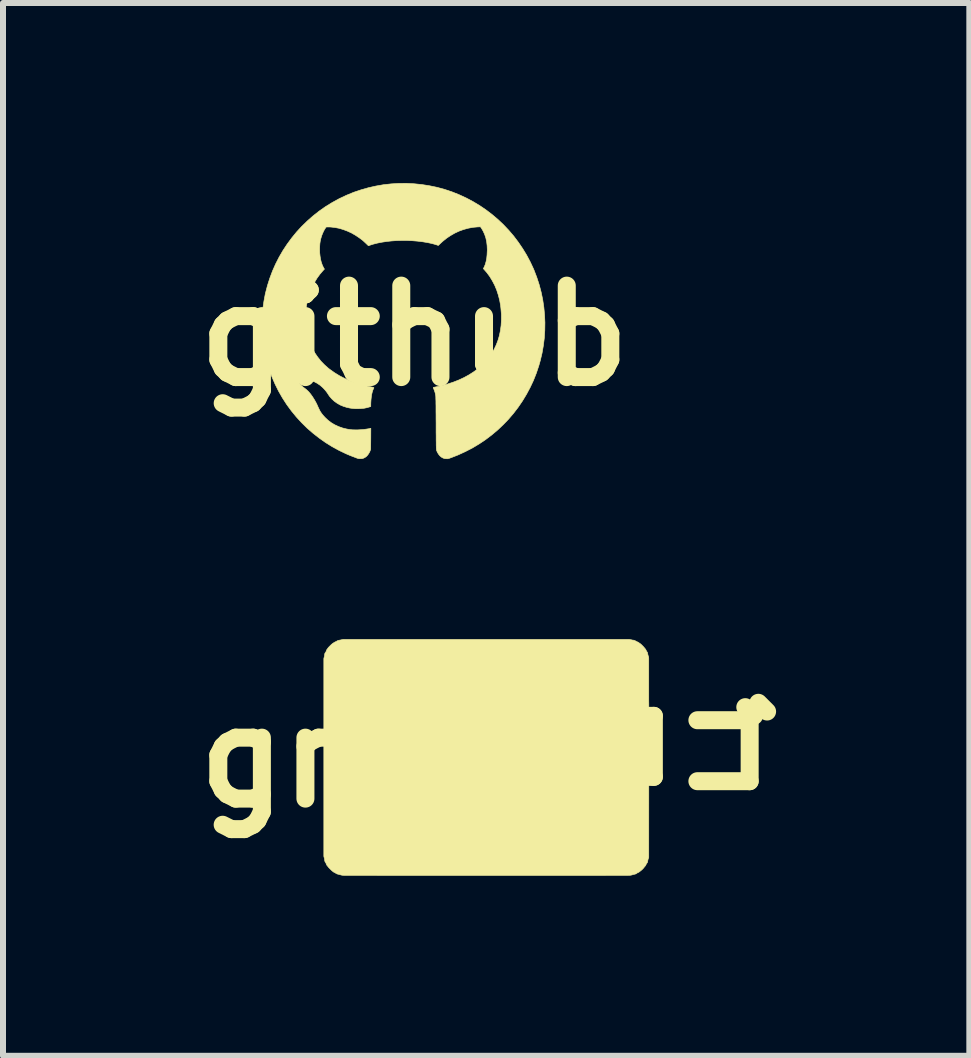
<source format=kicad_pcb>
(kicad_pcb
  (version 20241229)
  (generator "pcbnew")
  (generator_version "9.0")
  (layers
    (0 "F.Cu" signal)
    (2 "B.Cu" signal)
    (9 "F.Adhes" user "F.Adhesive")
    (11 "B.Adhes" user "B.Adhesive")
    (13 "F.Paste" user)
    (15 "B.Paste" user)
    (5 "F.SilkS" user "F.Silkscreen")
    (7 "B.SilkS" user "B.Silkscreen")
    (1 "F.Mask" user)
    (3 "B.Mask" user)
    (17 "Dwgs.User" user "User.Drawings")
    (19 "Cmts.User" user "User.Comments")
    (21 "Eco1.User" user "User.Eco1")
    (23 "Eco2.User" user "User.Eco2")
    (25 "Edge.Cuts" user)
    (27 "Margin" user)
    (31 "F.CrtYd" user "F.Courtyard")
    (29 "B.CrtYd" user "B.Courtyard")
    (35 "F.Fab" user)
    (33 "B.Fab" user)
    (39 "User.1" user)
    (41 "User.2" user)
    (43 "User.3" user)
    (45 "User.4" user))
  (footprint "gmailロゴ"
    (layer "F.Cu")
    (at 5.051 9.568)
    (property "Reference" "gmailロゴ" (at 0 0 0) (layer "F.SilkS") (effects (font (size 1.524 1.524) (thickness 0.3))))
    (attr through_hole)
    (fp_poly (pts (xy 0.002 -1.964) (xy 2.383 -1.964) (xy 2.407 -1.959) (xy 2.419 -1.957) (xy 2.431 -1.954) (xy 2.442 -1.952) (xy 2.448 -1.952) (xy 2.462 -1.949) (xy 2.473 -1.946) (xy 2.483 -1.941) (xy 2.494 -1.935) (xy 2.495 -1.935) (xy 2.504 -1.929) (xy 2.514 -1.924) (xy 2.521 -1.922) (xy 2.531 -1.917) (xy 2.541 -1.911) (xy 2.545 -1.908) (xy 2.552 -1.903) (xy 2.559 -1.898) (xy 2.564 -1.895) (xy 2.568 -1.892) (xy 2.574 -1.887) (xy 2.583 -1.88) (xy 2.592 -1.871) (xy 2.602 -1.861) (xy 2.611 -1.852) (xy 2.62 -1.843) (xy 2.627 -1.834) (xy 2.633 -1.828) (xy 2.634 -1.827) (xy 2.64 -1.819) (xy 2.646 -1.812) (xy 2.65 -1.807) (xy 2.657 -1.799) (xy 2.663 -1.787) (xy 2.664 -1.785) (xy 2.668 -1.776) (xy 2.673 -1.767) (xy 2.677 -1.76) (xy 2.682 -1.754) (xy 2.686 -1.747) (xy 2.689 -1.739) (xy 2.691 -1.729) (xy 2.693 -1.718) (xy 2.695 -1.708) (xy 2.698 -1.697) (xy 2.701 -1.688) (xy 2.701 -1.686) (xy 2.704 -1.678) (xy 2.707 -1.671) (xy 2.708 -1.667) (xy 2.708 -1.664) (xy 2.708 -1.658) (xy 2.709 -1.647) (xy 2.709 -1.633) (xy 2.709 -1.614) (xy 2.709 -1.592) (xy 2.709 -1.567) (xy 2.709 -1.538) (xy 2.709 -1.505) (xy 2.709 -1.469) (xy 2.709 -1.43) (xy 2.709 -1.387) (xy 2.709 -1.342) (xy 2.709 -1.294) (xy 2.709 -1.243) (xy 2.709 -1.189) (xy 2.709 -1.133) (xy 2.709 -1.074) (xy 2.709 -1.013) (xy 2.709 -0.949) (xy 2.71 -0.883) (xy 2.71 -0.816) (xy 2.71 -0.746) (xy 2.71 -0.674) (xy 2.71 -0.6) (xy 2.71 -0.525) (xy 2.71 -0.448) (xy 2.71 -0.37) (xy 2.71 -0.29) (xy 2.71 -0.209) (xy 2.71 -0.127) (xy 2.71 -0.044) (xy 2.71 0.004) (xy 2.709 1.669) (xy 2.702 1.69) (xy 2.698 1.701) (xy 2.695 1.713) (xy 2.693 1.724) (xy 2.692 1.728) (xy 2.691 1.739) (xy 2.689 1.746) (xy 2.687 1.752) (xy 2.683 1.758) (xy 2.678 1.765) (xy 2.677 1.767) (xy 2.671 1.775) (xy 2.666 1.784) (xy 2.663 1.791) (xy 2.659 1.8) (xy 2.653 1.809) (xy 2.648 1.815) (xy 2.641 1.823) (xy 2.634 1.831) (xy 2.63 1.837) (xy 2.625 1.844) (xy 2.617 1.852) (xy 2.608 1.862) (xy 2.598 1.872) (xy 2.588 1.881) (xy 2.579 1.888) (xy 2.573 1.893) (xy 2.567 1.898) (xy 2.559 1.904) (xy 2.554 1.908) (xy 2.543 1.916) (xy 2.53 1.922) (xy 2.522 1.926) (xy 2.514 1.93) (xy 2.509 1.934) (xy 2.503 1.938) (xy 2.498 1.942) (xy 2.493 1.944) (xy 2.485 1.946) (xy 2.476 1.949) (xy 2.469 1.95) (xy 2.457 1.953) (xy 2.444 1.957) (xy 2.432 1.96) (xy 2.428 1.961) (xy 2.422 1.963) (xy 2.416 1.964) (xy 2.41 1.966) (xy 2.403 1.966) (xy 2.394 1.967) (xy 2.383 1.968) (xy 2.368 1.968) (xy 2.359 1.969) (xy 2.355 1.969) (xy 2.346 1.969) (xy 2.334 1.969) (xy 2.317 1.969) (xy 2.297 1.969) (xy 2.273 1.969) (xy 2.246 1.969) (xy 2.215 1.969) (xy 2.181 1.969) (xy 2.143 1.969) (xy 2.102 1.969) (xy 2.058 1.969) (xy 2.012 1.969) (xy 1.962 1.97) (xy 1.91 1.97) (xy 1.855 1.97) (xy 1.797 1.97) (xy 1.737 1.97) (xy 1.675 1.97) (xy 1.61 1.97) (xy 1.544 1.97) (xy 1.475 1.97) (xy 1.404 1.97) (xy 1.332 1.97) (xy 1.258 1.97) (xy 1.182 1.97) (xy 1.105 1.97) (xy 1.026 1.97) (xy 0.947 1.97) (xy 0.866 1.97) (xy 0.783 1.97) (xy 0.7 1.97) (xy 0.616 1.97) (xy 0.532 1.97) (xy 0.446 1.97) (xy 0.36 1.97) (xy 0.274 1.97) (xy 0.187 1.97) (xy 0.101 1.97) (xy 0.013 1.97) (xy -0.074 1.97) (xy -0.161 1.97) (xy -0.247 1.97) (xy -0.334 1.97) (xy -0.42 1.97) (xy -0.506 1.97) (xy -0.591 1.97) (xy -0.675 1.97) (xy -0.759 1.97) (xy -0.841 1.97) (xy -0.923 1.97) (xy -1.003 1.97) (xy -1.082 1.97) (xy -1.16 1.97) (xy -1.237 1.97) (xy -1.312 1.97) (xy -1.385 1.97) (xy -1.456 1.97) (xy -1.526 1.97) (xy -1.594 1.97) (xy -1.659 1.97) (xy -1.723 1.97) (xy -1.784 1.97) (xy -1.842 1.969) (xy -1.899 1.969) (xy -1.952 1.969) (xy -2.003 1.969) (xy -2.052 1.969) (xy -2.097 1.969) (xy -2.139 1.969) (xy -2.178 1.969) (xy -2.214 1.969) (xy -2.247 1.969) (xy -2.276 1.969) (xy -2.302 1.969) (xy -2.323 1.969) (xy -2.342 1.969) (xy -2.356 1.969) (xy -2.367 1.969) (xy -2.373 1.968) (xy -2.375 1.968) (xy -2.389 1.967) (xy -2.4 1.966) (xy -2.41 1.964) (xy -2.422 1.961) (xy -2.429 1.959) (xy -2.441 1.956) (xy -2.453 1.953) (xy -2.464 1.95) (xy -2.471 1.948) (xy -2.483 1.945) (xy -2.492 1.941) (xy -2.501 1.936) (xy -2.51 1.93) (xy -2.519 1.925) (xy -2.526 1.921) (xy -2.533 1.918) (xy -2.542 1.913) (xy -2.551 1.907) (xy -2.553 1.905) (xy -2.561 1.898) (xy -2.571 1.89) (xy -2.582 1.88) (xy -2.593 1.869) (xy -2.604 1.858) (xy -2.614 1.848) (xy -2.623 1.839) (xy -2.629 1.831) (xy -2.632 1.827) (xy -2.638 1.82) (xy -2.645 1.811) (xy -2.649 1.806) (xy -2.655 1.799) (xy -2.66 1.791) (xy -2.663 1.78) (xy -2.664 1.78) (xy -2.668 1.768) (xy -2.674 1.757) (xy -2.677 1.754) (xy -2.682 1.746) (xy -2.686 1.739) (xy -2.688 1.732) (xy -2.69 1.723) (xy -2.692 1.712) (xy -2.692 1.708) (xy -2.693 1.699) (xy -2.694 1.691) (xy -2.695 1.686) (xy -2.696 1.685) (xy -2.696 1.682) (xy -2.698 1.677) (xy -2.7 1.669) (xy -2.701 1.667) (xy -2.705 1.65) (xy -2.705 -1.644) (xy -2.7 -1.665) (xy -2.697 -1.677) (xy -2.694 -1.69) (xy -2.693 -1.702) (xy -2.692 -1.706) (xy -2.691 -1.717) (xy -2.689 -1.726) (xy -2.686 -1.734) (xy -2.681 -1.742) (xy -2.674 -1.751) (xy -2.667 -1.763) (xy -2.663 -1.775) (xy -2.658 -1.788) (xy -2.653 -1.796) (xy -2.648 -1.802) (xy -2.642 -1.811) (xy -2.638 -1.816) (xy -2.634 -1.822) (xy -2.627 -1.83) (xy -2.619 -1.839) (xy -2.609 -1.849) (xy -2.599 -1.859) (xy -2.589 -1.869) (xy -2.58 -1.878) (xy -2.571 -1.885) (xy -2.565 -1.891) (xy -2.56 -1.895) (xy -2.559 -1.895) (xy -2.554 -1.898) (xy -2.547 -1.903) (xy -2.541 -1.907) (xy -2.529 -1.915) (xy -2.517 -1.921) (xy -2.516 -1.922) (xy -2.507 -1.925) (xy -2.497 -1.93) (xy -2.488 -1.936) (xy -2.487 -1.936) (xy -2.477 -1.942) (xy -2.467 -1.946) (xy -2.456 -1.948) (xy -2.454 -1.949) (xy -2.446 -1.95) (xy -2.434 -1.953) (xy -2.421 -1.955) (xy -2.409 -1.958) (xy -2.409 -1.958) (xy -2.38 -1.964) (xy 0.002 -1.964)) (stroke (width 0.01) (type solid)) (fill yes) (layer "F.SilkS")))
  (footprint "github"
    (layer "F.Cu")
    (at 3.854 2.544)
    (property "Reference" "github" (at 0 0 0) (layer "F.SilkS") (effects (font (size 1.524 1.524) (thickness 0.3))))
    (attr through_hole)
    (fp_poly (pts (xy -0.003 -2.532) (xy 0.124 -2.519) (xy 0.251 -2.499) (xy 0.377 -2.473) (xy 0.502 -2.439) (xy 0.625 -2.398) (xy 0.628 -2.397) (xy 0.748 -2.349) (xy 0.865 -2.295) (xy 0.978 -2.235) (xy 1.088 -2.169) (xy 1.194 -2.097) (xy 1.295 -2.02) (xy 1.392 -1.938) (xy 1.485 -1.85) (xy 1.573 -1.757) (xy 1.656 -1.66) (xy 1.733 -1.558) (xy 1.805 -1.452) (xy 1.872 -1.342) (xy 1.932 -1.229) (xy 1.987 -1.111) (xy 1.994 -1.094) (xy 2.04 -0.974) (xy 2.08 -0.852) (xy 2.113 -0.727) (xy 2.139 -0.602) (xy 2.158 -0.475) (xy 2.17 -0.347) (xy 2.176 -0.219) (xy 2.174 -0.091) (xy 2.166 0.037) (xy 2.15 0.165) (xy 2.128 0.291) (xy 2.098 0.417) (xy 2.074 0.501) (xy 2.033 0.624) (xy 1.985 0.745) (xy 1.93 0.862) (xy 1.869 0.976) (xy 1.802 1.087) (xy 1.729 1.194) (xy 1.65 1.297) (xy 1.565 1.396) (xy 1.485 1.479) (xy 1.389 1.57) (xy 1.289 1.654) (xy 1.185 1.733) (xy 1.077 1.805) (xy 0.965 1.872) (xy 0.848 1.932) (xy 0.728 1.987) (xy 0.621 2.029) (xy 0.599 2.037) (xy 0.583 2.043) (xy 0.57 2.046) (xy 0.56 2.049) (xy 0.551 2.05) (xy 0.542 2.05) (xy 0.531 2.049) (xy 0.53 2.049) (xy 0.511 2.048) (xy 0.497 2.045) (xy 0.483 2.04) (xy 0.474 2.036) (xy 0.448 2.021) (xy 0.423 1.999) (xy 0.402 1.972) (xy 0.384 1.942) (xy 0.371 1.912) (xy 0.37 1.909) (xy 0.37 1.905) (xy 0.369 1.9) (xy 0.368 1.894) (xy 0.367 1.885) (xy 0.367 1.875) (xy 0.366 1.862) (xy 0.366 1.846) (xy 0.365 1.827) (xy 0.365 1.803) (xy 0.365 1.776) (xy 0.364 1.744) (xy 0.364 1.707) (xy 0.364 1.664) (xy 0.363 1.616) (xy 0.363 1.561) (xy 0.363 1.5) (xy 0.363 1.459) (xy 0.362 1.387) (xy 0.362 1.323) (xy 0.361 1.265) (xy 0.361 1.213) (xy 0.361 1.168) (xy 0.36 1.129) (xy 0.36 1.095) (xy 0.359 1.067) (xy 0.358 1.044) (xy 0.358 1.026) (xy 0.357 1.012) (xy 0.357 1.003) (xy 0.356 0.998) (xy 0.347 0.953) (xy 0.335 0.914) (xy 0.325 0.89) (xy 0.318 0.875) (xy 0.316 0.866) (xy 0.317 0.862) (xy 0.317 0.862) (xy 0.322 0.86) (xy 0.333 0.858) (xy 0.343 0.856) (xy 0.45 0.834) (xy 0.552 0.806) (xy 0.649 0.774) (xy 0.741 0.738) (xy 0.829 0.697) (xy 0.911 0.652) (xy 0.988 0.603) (xy 1.059 0.55) (xy 1.125 0.492) (xy 1.185 0.431) (xy 1.239 0.366) (xy 1.287 0.298) (xy 1.33 0.226) (xy 1.366 0.15) (xy 1.396 0.071) (xy 1.416 0.002) (xy 1.434 -0.083) (xy 1.446 -0.172) (xy 1.451 -0.263) (xy 1.451 -0.356) (xy 1.443 -0.452) (xy 1.437 -0.506) (xy 1.421 -0.594) (xy 1.399 -0.679) (xy 1.372 -0.762) (xy 1.339 -0.841) (xy 1.3 -0.915) (xy 1.257 -0.986) (xy 1.208 -1.052) (xy 1.174 -1.091) (xy 1.15 -1.118) (xy 1.163 -1.142) (xy 1.181 -1.185) (xy 1.195 -1.234) (xy 1.206 -1.288) (xy 1.212 -1.347) (xy 1.215 -1.41) (xy 1.216 -1.428) (xy 1.213 -1.5) (xy 1.205 -1.568) (xy 1.191 -1.631) (xy 1.171 -1.69) (xy 1.146 -1.744) (xy 1.121 -1.787) (xy 1.102 -1.815) (xy 1.054 -1.813) (xy 0.976 -1.806) (xy 0.898 -1.791) (xy 0.821 -1.77) (xy 0.746 -1.743) (xy 0.673 -1.709) (xy 0.602 -1.668) (xy 0.535 -1.623) (xy 0.471 -1.571) (xy 0.433 -1.536) (xy 0.4 -1.504) (xy 0.37 -1.514) (xy 0.354 -1.519) (xy 0.334 -1.525) (xy 0.312 -1.531) (xy 0.291 -1.536) (xy 0.29 -1.537) (xy 0.214 -1.553) (xy 0.134 -1.566) (xy 0.051 -1.576) (xy -0.035 -1.583) (xy -0.121 -1.587) (xy -0.209 -1.587) (xy -0.295 -1.585) (xy -0.38 -1.579) (xy -0.463 -1.57) (xy -0.542 -1.558) (xy -0.617 -1.543) (xy -0.687 -1.525) (xy -0.728 -1.512) (xy -0.765 -1.499) (xy -0.801 -1.534) (xy -0.857 -1.586) (xy -0.918 -1.632) (xy -0.981 -1.674) (xy -1.047 -1.712) (xy -1.115 -1.743) (xy -1.184 -1.769) (xy -1.254 -1.79) (xy -1.323 -1.803) (xy -1.391 -1.811) (xy -1.422 -1.812) (xy -1.467 -1.812) (xy -1.483 -1.791) (xy -1.498 -1.767) (xy -1.513 -1.739) (xy -1.527 -1.708) (xy -1.54 -1.676) (xy -1.547 -1.656) (xy -1.559 -1.615) (xy -1.568 -1.574) (xy -1.574 -1.534) (xy -1.577 -1.49) (xy -1.578 -1.441) (xy -1.578 -1.438) (xy -1.577 -1.382) (xy -1.571 -1.328) (xy -1.563 -1.276) (xy -1.551 -1.228) (xy -1.536 -1.184) (xy -1.519 -1.146) (xy -1.511 -1.131) (xy -1.498 -1.11) (xy -1.521 -1.086) (xy -1.573 -1.025) (xy -1.621 -0.959) (xy -1.664 -0.888) (xy -1.703 -0.814) (xy -1.736 -0.737) (xy -1.763 -0.659) (xy -1.763 -0.658) (xy -1.784 -0.578) (xy -1.799 -0.494) (xy -1.809 -0.409) (xy -1.814 -0.322) (xy -1.813 -0.236) (xy -1.807 -0.152) (xy -1.796 -0.07) (xy -1.787 -0.027) (xy -1.765 0.056) (xy -1.736 0.135) (xy -1.701 0.212) (xy -1.659 0.285) (xy -1.611 0.355) (xy -1.558 0.422) (xy -1.498 0.484) (xy -1.433 0.542) (xy -1.404 0.564) (xy -1.328 0.618) (xy -1.246 0.668) (xy -1.159 0.713) (xy -1.067 0.753) (xy -0.971 0.788) (xy -0.87 0.819) (xy -0.765 0.844) (xy -0.74 0.849) (xy -0.716 0.854) (xy -0.698 0.857) (xy -0.686 0.86) (xy -0.678 0.863) (xy -0.675 0.865) (xy -0.674 0.868) (xy -0.675 0.873) (xy -0.678 0.878) (xy -0.68 0.881) (xy -0.692 0.909) (xy -0.702 0.942) (xy -0.711 0.98) (xy -0.717 1.022) (xy -0.722 1.067) (xy -0.725 1.112) (xy -0.726 1.142) (xy -0.726 1.179) (xy -0.745 1.186) (xy -0.789 1.199) (xy -0.838 1.209) (xy -0.892 1.214) (xy -0.947 1.216) (xy -0.994 1.215) (xy -1.036 1.211) (xy -1.077 1.205) (xy -1.118 1.196) (xy -1.123 1.195) (xy -1.181 1.177) (xy -1.236 1.154) (xy -1.288 1.124) (xy -1.335 1.09) (xy -1.377 1.051) (xy -1.414 1.008) (xy -1.432 0.981) (xy -1.456 0.945) (xy -1.479 0.915) (xy -1.503 0.888) (xy -1.527 0.863) (xy -1.571 0.825) (xy -1.618 0.793) (xy -1.668 0.767) (xy -1.718 0.748) (xy -1.73 0.745) (xy -1.746 0.741) (xy -1.76 0.738) (xy -1.775 0.736) (xy -1.792 0.735) (xy -1.814 0.735) (xy -1.816 0.735) (xy -1.843 0.736) (xy -1.864 0.737) (xy -1.881 0.741) (xy -1.894 0.746) (xy -1.904 0.753) (xy -1.908 0.755) (xy -1.914 0.766) (xy -1.916 0.78) (xy -1.912 0.795) (xy -1.911 0.798) (xy -1.905 0.806) (xy -1.894 0.818) (xy -1.88 0.832) (xy -1.865 0.846) (xy -1.849 0.859) (xy -1.834 0.87) (xy -1.833 0.871) (xy -1.797 0.899) (xy -1.761 0.933) (xy -1.726 0.975) (xy -1.693 1.022) (xy -1.66 1.075) (xy -1.629 1.132) (xy -1.603 1.19) (xy -1.585 1.228) (xy -1.568 1.261) (xy -1.548 1.291) (xy -1.525 1.321) (xy -1.497 1.352) (xy -1.488 1.362) (xy -1.438 1.409) (xy -1.384 1.45) (xy -1.325 1.485) (xy -1.262 1.514) (xy -1.195 1.538) (xy -1.125 1.555) (xy -1.07 1.564) (xy -1.032 1.568) (xy -0.988 1.569) (xy -0.941 1.569) (xy -0.891 1.566) (xy -0.841 1.562) (xy -0.792 1.555) (xy -0.759 1.55) (xy -0.725 1.543) (xy -0.726 1.718) (xy -0.728 1.892) (xy -0.737 1.919) (xy -0.749 1.945) (xy -0.764 1.97) (xy -0.781 1.993) (xy -0.797 2.01) (xy -0.81 2.02) (xy -0.825 2.03) (xy -0.837 2.036) (xy -0.85 2.042) (xy -0.862 2.046) (xy -0.874 2.048) (xy -0.891 2.049) (xy -0.894 2.049) (xy -0.912 2.049) (xy -0.925 2.048) (xy -0.938 2.046) (xy -0.951 2.041) (xy -0.953 2.041) (xy -0.999 2.023) (xy -1.039 2.008) (xy -1.075 1.994) (xy -1.107 1.98) (xy -1.136 1.968) (xy -1.136 1.968) (xy -1.255 1.911) (xy -1.37 1.848) (xy -1.481 1.779) (xy -1.587 1.704) (xy -1.689 1.624) (xy -1.787 1.539) (xy -1.879 1.448) (xy -1.967 1.352) (xy -2.049 1.252) (xy -2.126 1.147) (xy -2.197 1.037) (xy -2.2 1.032) (xy -2.264 0.92) (xy -2.321 0.805) (xy -2.372 0.687) (xy -2.416 0.567) (xy -2.453 0.445) (xy -2.484 0.321) (xy -2.508 0.195) (xy -2.525 0.069) (xy -2.536 -0.059) (xy -2.539 -0.187) (xy -2.536 -0.315) (xy -2.525 -0.443) (xy -2.507 -0.571) (xy -2.483 -0.699) (xy -2.48 -0.711) (xy -2.447 -0.837) (xy -2.408 -0.959) (xy -2.363 -1.079) (xy -2.311 -1.196) (xy -2.253 -1.31) (xy -2.189 -1.42) (xy -2.119 -1.526) (xy -2.043 -1.629) (xy -1.963 -1.727) (xy -1.877 -1.821) (xy -1.785 -1.91) (xy -1.689 -1.995) (xy -1.589 -2.074) (xy -1.484 -2.148) (xy -1.374 -2.216) (xy -1.26 -2.279) (xy -1.246 -2.286) (xy -1.129 -2.341) (xy -1.01 -2.39) (xy -0.888 -2.431) (xy -0.765 -2.466) (xy -0.64 -2.494) (xy -0.514 -2.516) (xy -0.387 -2.53) (xy -0.259 -2.538) (xy -0.131 -2.539) (xy -0.003 -2.532)) (stroke (width 0.01) (type solid)) (fill yes) (layer "F.SilkS")))
  (gr_rect
    (start -3 -3)
    (end 13.102 14.543)
    (stroke (width 0.1) (type default))
    (fill no)
    (layer "Edge.Cuts")))
</source>
